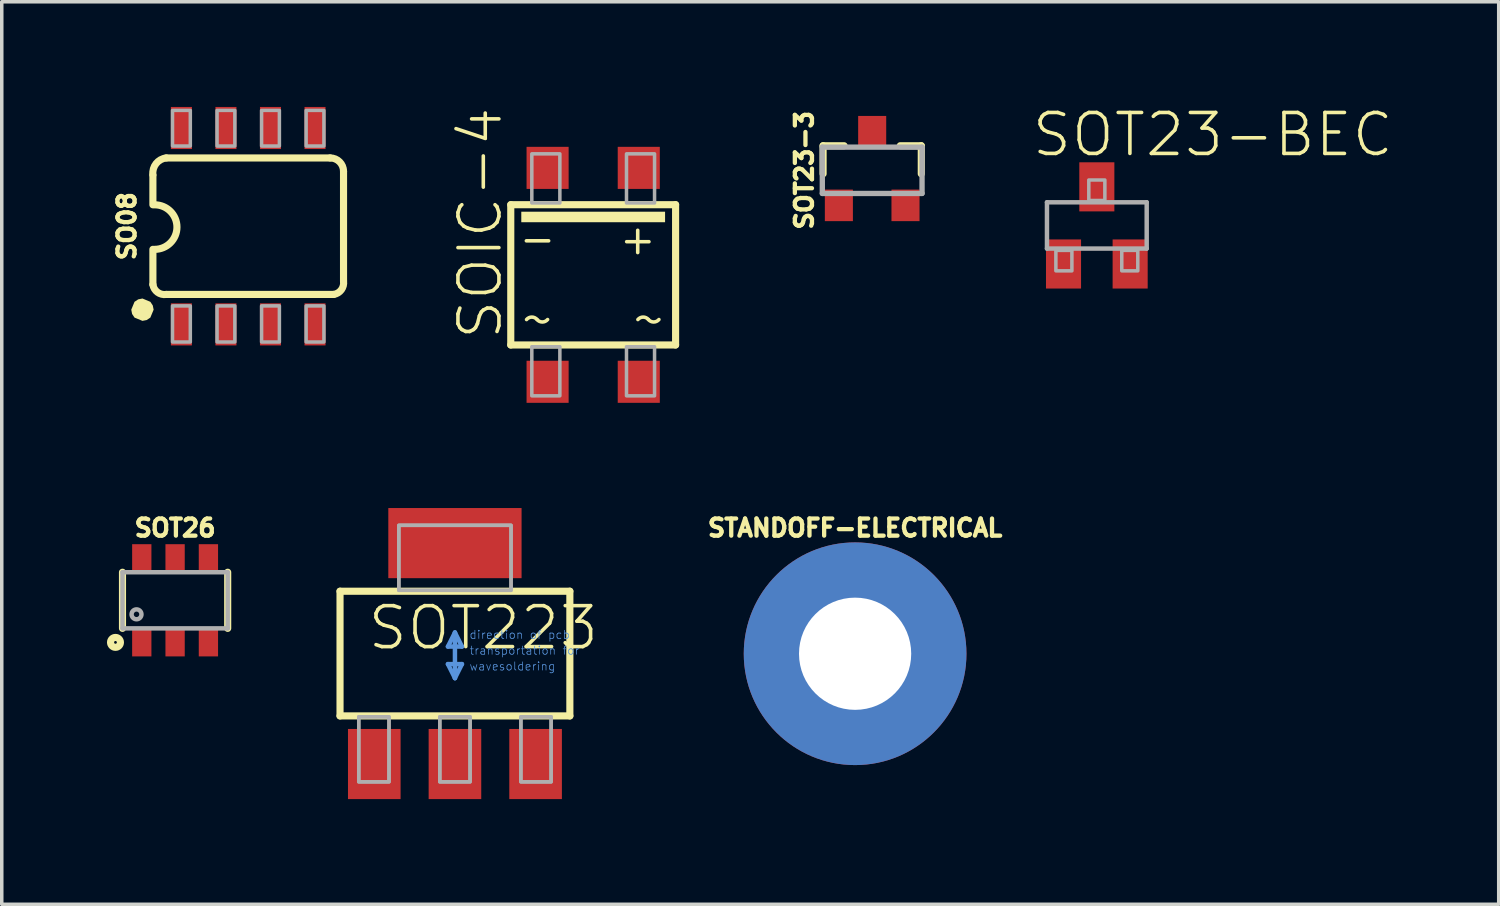
<source format=kicad_pcb>
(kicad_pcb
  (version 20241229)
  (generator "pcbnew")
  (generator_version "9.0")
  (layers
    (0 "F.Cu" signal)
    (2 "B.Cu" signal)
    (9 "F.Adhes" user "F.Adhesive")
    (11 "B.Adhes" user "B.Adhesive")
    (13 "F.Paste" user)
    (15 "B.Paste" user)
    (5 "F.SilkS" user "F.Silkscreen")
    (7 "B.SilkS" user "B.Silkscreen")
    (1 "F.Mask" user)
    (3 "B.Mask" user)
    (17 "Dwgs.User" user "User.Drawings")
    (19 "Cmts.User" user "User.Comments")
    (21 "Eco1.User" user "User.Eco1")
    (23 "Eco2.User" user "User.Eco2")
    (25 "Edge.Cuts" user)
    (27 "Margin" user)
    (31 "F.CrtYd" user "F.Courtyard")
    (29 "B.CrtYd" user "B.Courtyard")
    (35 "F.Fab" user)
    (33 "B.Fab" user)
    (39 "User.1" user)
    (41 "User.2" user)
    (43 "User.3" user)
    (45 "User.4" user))
  (footprint "SOT23-3"
    (layer "F.Cu")
    (at 21.821 1.806)
    (property "Reference" "SOT23-3" (at -1.651 0 90) (layer "F.SilkS") (effects (font (size 0.488 0.488) (thickness 0.122)) (justify bottom)))
    (attr smd)
    (fp_line (start -1.4 -0.7) (end -1.4 0.1) (stroke (width 0.203) (type solid)) (layer "F.SilkS"))
    (fp_line (start -0.8 -0.7) (end -1.4 -0.7) (stroke (width 0.203) (type solid)) (layer "F.SilkS"))
    (fp_line (start 0.8 -0.7) (end 1.4 -0.7) (stroke (width 0.203) (type solid)) (layer "F.SilkS"))
    (fp_line (start 1.4 -0.7) (end 1.4 0.1) (stroke (width 0.203) (type solid)) (layer "F.SilkS"))
    (fp_line (start -1.422 -0.66) (end 1.422 -0.66) (stroke (width 0.152) (type solid)) (layer "F.Fab"))
    (fp_line (start -1.422 0.66) (end -1.422 -0.66) (stroke (width 0.152) (type solid)) (layer "F.Fab"))
    (fp_line (start 1.422 -0.66) (end 1.422 0.66) (stroke (width 0.152) (type solid)) (layer "F.Fab"))
    (fp_line (start 1.422 0.66) (end -1.422 0.66) (stroke (width 0.152) (type solid)) (layer "F.Fab"))
    (pad "1" smd rect (at -0.95 1) (size 0.8 0.9) (layers "F.Cu" "F.Mask" "F.Paste"))
    (pad "2" smd rect (at 0.95 1) (size 0.8 0.9) (layers "F.Cu" "F.Mask" "F.Paste"))
    (pad "3" smd rect (at 0 -1.1) (size 0.8 0.9) (layers "F.Cu" "F.Mask" "F.Paste")))
  (footprint "SOIC-4"
    (layer "F.Cu")
    (at 13.865 4.787)
    (property "Reference" "SOIC-4" (at -2.54 1.905 90) (layer "F.SilkS") (effects (font (size 1.168 1.168) (thickness 0.102)) (justify left bottom)))
    (attr smd)
    (fp_line (start -2.35 -2) (end 2.35 -2) (stroke (width 0.203) (type solid)) (layer "F.SilkS"))
    (fp_line (start -2.35 2) (end -2.35 -2) (stroke (width 0.203) (type solid)) (layer "F.SilkS"))
    (fp_line (start -1.905 -0.97) (end -1.27 -0.97) (stroke (width 0.102) (type solid)) (layer "F.SilkS"))
    (fp_line (start 0.955 -0.945) (end 1.59 -0.945) (stroke (width 0.102) (type solid)) (layer "F.SilkS"))
    (fp_line (start 1.27 -1.27) (end 1.27 -0.635) (stroke (width 0.102) (type solid)) (layer "F.SilkS"))
    (fp_line (start 2.35 -2) (end 2.35 2) (stroke (width 0.203) (type solid)) (layer "F.SilkS"))
    (fp_line (start 2.35 2) (end -2.35 2) (stroke (width 0.203) (type solid)) (layer "F.SilkS"))
    (fp_arc (start -1.9 1.275) (mid -1.75 1.205102) (end -1.6 1.275) (stroke (width 0.1016) (type solid)) (layer "F.SilkS"))
    (fp_arc (start -1.3 1.275) (mid -1.450001 1.344898) (end -1.600001 1.274999) (stroke (width 0.1016) (type solid)) (layer "F.SilkS"))
    (fp_arc (start 1.275 1.275) (mid 1.425 1.205102) (end 1.575 1.275) (stroke (width 0.1016) (type solid)) (layer "F.SilkS"))
    (fp_arc (start 1.875 1.275) (mid 1.724999 1.344898) (end 1.574999 1.274999) (stroke (width 0.1016) (type solid)) (layer "F.SilkS"))
    (fp_poly (pts (xy -2.05 -1.5) (xy 2.05 -1.5) (xy 2.05 -1.8) (xy -2.05 -1.8)) (stroke (width 0) (type default)) (fill yes) (layer "F.SilkS"))
    (fp_poly (pts (xy -1.75 -2.05) (xy -0.95 -2.05) (xy -0.95 -3.45) (xy -1.75 -3.45)) (stroke (width 0.1) (type default)) (fill no) (layer "F.Fab"))
    (fp_poly (pts (xy -0.95 2.05) (xy -1.75 2.05) (xy -1.75 3.45) (xy -0.95 3.45)) (stroke (width 0.1) (type default)) (fill no) (layer "F.Fab"))
    (fp_poly (pts (xy 0.95 -2.05) (xy 1.75 -2.05) (xy 1.75 -3.45) (xy 0.95 -3.45)) (stroke (width 0.1) (type default)) (fill no) (layer "F.Fab"))
    (fp_poly (pts (xy 1.75 2.05) (xy 0.95 2.05) (xy 0.95 3.45) (xy 1.75 3.45)) (stroke (width 0.1) (type default)) (fill no) (layer "F.Fab"))
    (pad "+" smd rect (at 1.3 -3.05) (size 1.2 1.2) (layers "F.Cu" "F.Mask" "F.Paste"))
    (pad "-" smd rect (at -1.3 -3.05) (size 1.2 1.2) (layers "F.Cu" "F.Mask" "F.Paste"))
    (pad "~1" smd rect (at -1.3 3.05 180) (size 1.2 1.2) (layers "F.Cu" "F.Mask" "F.Paste"))
    (pad "~2" smd rect (at 1.3 3.05 180) (size 1.2 1.2) (layers "F.Cu" "F.Mask" "F.Paste")))
  (footprint "SOT26"
    (layer "F.Cu")
    (at 1.943 14.068)
    (property "Reference" "SOT26" (at 0 -1.778 0) (layer "F.SilkS") (effects (font (size 0.488 0.488) (thickness 0.122)) (justify bottom)))
    (attr smd)
    (fp_line (start -1.5 -0.8) (end -1.5 0.8) (stroke (width 0.203) (type solid)) (layer "F.SilkS"))
    (fp_line (start 1.5 -0.8) (end 1.5 0.8) (stroke (width 0.203) (type solid)) (layer "F.SilkS"))
    (fp_circle (center -1.7 1.2) (end -1.559 1.2) (stroke (width 0.203) (type solid)) (fill no) (layer "F.SilkS"))
    (fp_line (start -1.5 -0.8) (end -1.5 0.8) (stroke (width 0.127) (type solid)) (layer "F.Fab"))
    (fp_line (start -1.5 0.8) (end 1.5 0.8) (stroke (width 0.127) (type solid)) (layer "F.Fab"))
    (fp_line (start 1.5 -0.8) (end -1.5 -0.8) (stroke (width 0.127) (type solid)) (layer "F.Fab"))
    (fp_line (start 1.5 0.8) (end 1.5 -0.8) (stroke (width 0.127) (type solid)) (layer "F.Fab"))
    (fp_circle (center -1.1 0.4) (end -0.959 0.4) (stroke (width 0.127) (type solid)) (fill no) (layer "F.Fab"))
    (pad "D1" smd rect (at -0.95 -1.2) (size 0.55 0.8) (layers "F.Cu" "F.Mask" "F.Paste"))
    (pad "D2" smd rect (at 0.95 -1.2) (size 0.55 0.8) (layers "F.Cu" "F.Mask" "F.Paste"))
    (pad "G1" smd rect (at -0.95 1.2) (size 0.55 0.8) (layers "F.Cu" "F.Mask" "F.Paste"))
    (pad "G2" smd rect (at 0.95 1.2) (size 0.55 0.8) (layers "F.Cu" "F.Mask" "F.Paste"))
    (pad "S1" smd rect (at 0 -1.2 180) (size 0.55 0.8) (layers "F.Cu" "F.Mask" "F.Paste"))
    (pad "S2" smd rect (at 0 1.2) (size 0.55 0.8) (layers "F.Cu" "F.Mask" "F.Paste")))
  (footprint "SO08"
    (layer "F.Cu")
    (at 4.028 3.4)
    (property "Reference" "SO08" (at -3.175 0 90) (layer "F.SilkS") (effects (font (size 0.488 0.488) (thickness 0.122)) (justify bottom)))
    (attr smd)
    (fp_line (start -2.718 -1.453) (end -2.718 -0.61) (stroke (width 0.203) (type solid)) (layer "F.SilkS"))
    (fp_line (start -2.718 1.665) (end -2.718 0.66) (stroke (width 0.203) (type solid)) (layer "F.SilkS"))
    (fp_line (start -2.337 1.946) (end 2.437 1.946) (stroke (width 0.203) (type solid)) (layer "F.SilkS"))
    (fp_line (start 2.337 -1.946) (end -2.337 -1.946) (stroke (width 0.203) (type solid)) (layer "F.SilkS"))
    (fp_line (start 2.718 1.565) (end 2.718 -1.565) (stroke (width 0.203) (type solid)) (layer "F.SilkS"))
    (fp_arc (start -2.7178 -1.4653) (mid -2.626948 -1.784731) (end -2.3368 -1.9463) (stroke (width 0.2032) (type solid)) (layer "F.SilkS"))
    (fp_arc (start -2.667 -0.6096) (mid -2.032 0.0254) (end -2.667 0.6604) (stroke (width 0.2032) (type solid)) (layer "F.SilkS"))
    (fp_arc (start -2.336799 1.946301) (mid -2.58554 1.884767) (end -2.7178 1.6653) (stroke (width 0.2032) (type solid)) (layer "F.SilkS"))
    (fp_arc (start 2.3368 -1.9463) (mid 2.606237 -1.834736) (end 2.7178 -1.565298) (stroke (width 0.2032) (type solid)) (layer "F.SilkS"))
    (fp_arc (start 2.7178 1.5653) (mid 2.656208 1.813997) (end 2.4368 1.9463) (stroke (width 0.2032) (type solid)) (layer "F.SilkS"))
    (fp_poly (pts (xy -2.791 2.156) (xy -2.722 2.259) (xy -2.697 2.381) (xy -2.791 2.607) (xy -2.894 2.676) (xy -3.016 2.7) (xy -3.242 2.607) (xy -3.311 2.503) (xy -3.335 2.381) (xy -3.242 2.156) (xy -3.138 2.087) (xy -3.016 2.062)) (stroke (width 0) (type default)) (fill yes) (layer "F.SilkS"))
    (fp_poly (pts (xy -2.159 -2.286) (xy -1.651 -2.286) (xy -1.651 -3.302) (xy -2.159 -3.302)) (stroke (width 0.1) (type default)) (fill no) (layer "F.Fab"))
    (fp_poly (pts (xy -2.159 3.302) (xy -1.651 3.302) (xy -1.651 2.273) (xy -2.159 2.273)) (stroke (width 0.1) (type default)) (fill no) (layer "F.Fab"))
    (fp_poly (pts (xy -0.889 -2.286) (xy -0.381 -2.286) (xy -0.381 -3.302) (xy -0.889 -3.302)) (stroke (width 0.1) (type default)) (fill no) (layer "F.Fab"))
    (fp_poly (pts (xy -0.889 3.302) (xy -0.381 3.302) (xy -0.381 2.273) (xy -0.889 2.273)) (stroke (width 0.1) (type default)) (fill no) (layer "F.Fab"))
    (fp_poly (pts (xy 0.381 -2.286) (xy 0.889 -2.286) (xy 0.889 -3.302) (xy 0.381 -3.302)) (stroke (width 0.1) (type default)) (fill no) (layer "F.Fab"))
    (fp_poly (pts (xy 0.381 3.302) (xy 0.889 3.302) (xy 0.889 2.273) (xy 0.381 2.273)) (stroke (width 0.1) (type default)) (fill no) (layer "F.Fab"))
    (fp_poly (pts (xy 1.651 -2.286) (xy 2.159 -2.286) (xy 2.159 -3.302) (xy 1.651 -3.302)) (stroke (width 0.1) (type default)) (fill no) (layer "F.Fab"))
    (fp_poly (pts (xy 1.651 3.302) (xy 2.159 3.302) (xy 2.159 2.273) (xy 1.651 2.273)) (stroke (width 0.1) (type default)) (fill no) (layer "F.Fab"))
    (pad "1" smd rect (at -1.905 2.8) (size 0.6 1.2) (layers "F.Cu" "F.Mask" "F.Paste"))
    (pad "2" smd rect (at -0.635 2.8) (size 0.6 1.2) (layers "F.Cu" "F.Mask" "F.Paste"))
    (pad "3" smd rect (at 0.635 2.8) (size 0.6 1.2) (layers "F.Cu" "F.Mask" "F.Paste"))
    (pad "4" smd rect (at 1.905 2.8) (size 0.6 1.2) (layers "F.Cu" "F.Mask" "F.Paste"))
    (pad "5" smd rect (at 1.905 -2.8) (size 0.6 1.2) (layers "F.Cu" "F.Mask" "F.Paste"))
    (pad "6" smd rect (at 0.635 -2.8) (size 0.6 1.2) (layers "F.Cu" "F.Mask" "F.Paste"))
    (pad "7" smd rect (at -0.635 -2.8) (size 0.6 1.2) (layers "F.Cu" "F.Mask" "F.Paste"))
    (pad "8" smd rect (at -1.905 -2.8) (size 0.6 1.2) (layers "F.Cu" "F.Mask" "F.Paste")))
  (footprint "SOT223"
    (layer "F.Cu")
    (at 9.923 15.587)
    (property "Reference" "SOT223" (at -2.54 -0.051 0) (layer "F.SilkS") (effects (font (size 1.168 1.168) (thickness 0.102)) (justify left bottom)))
    (attr smd)
    (fp_line (start -3.277 -1.778) (end 3.277 -1.778) (stroke (width 0.203) (type solid)) (layer "F.SilkS"))
    (fp_line (start -3.277 1.778) (end -3.277 -1.778) (stroke (width 0.203) (type solid)) (layer "F.SilkS"))
    (fp_line (start 3.277 -1.778) (end 3.277 1.778) (stroke (width 0.203) (type solid)) (layer "F.SilkS"))
    (fp_line (start 3.277 1.778) (end -3.277 1.778) (stroke (width 0.203) (type solid)) (layer "F.SilkS"))
    (fp_line (start -0.2 -0.2) (end 0.2 -0.2) (stroke (width 0.127) (type solid)) (layer "Cmts.User"))
    (fp_line (start -0.2 0.3) (end 0 0.7) (stroke (width 0.127) (type solid)) (layer "Cmts.User"))
    (fp_line (start 0 -0.6) (end -0.2 -0.2) (stroke (width 0.127) (type solid)) (layer "Cmts.User"))
    (fp_line (start 0 0.7) (end 0 -0.6) (stroke (width 0.127) (type solid)) (layer "Cmts.User"))
    (fp_line (start 0 0.7) (end 0.2 0.3) (stroke (width 0.127) (type solid)) (layer "Cmts.User"))
    (fp_line (start 0.2 -0.2) (end 0 -0.6) (stroke (width 0.127) (type solid)) (layer "Cmts.User"))
    (fp_line (start 0.2 0.3) (end -0.2 0.3) (stroke (width 0.127) (type solid)) (layer "Cmts.User"))
    (fp_poly (pts (xy -2.743 1.803) (xy -2.743 3.658) (xy -1.88 3.658) (xy -1.88 1.803)) (stroke (width 0.1) (type default)) (fill no) (layer "F.Fab"))
    (fp_poly (pts (xy -2.743 1.803) (xy -2.743 3.658) (xy -1.88 3.658) (xy -1.88 1.803)) (stroke (width 0.1) (type default)) (fill no) (layer "F.Fab"))
    (fp_poly (pts (xy -1.6 -3.658) (xy -1.6 -1.803) (xy 1.6 -1.803) (xy 1.6 -3.658)) (stroke (width 0.1) (type default)) (fill no) (layer "F.Fab"))
    (fp_poly (pts (xy -1.6 -3.658) (xy -1.6 -1.803) (xy 1.6 -1.803) (xy 1.6 -3.658)) (stroke (width 0.1) (type default)) (fill no) (layer "F.Fab"))
    (fp_poly (pts (xy -0.432 1.803) (xy -0.432 3.658) (xy 0.432 3.658) (xy 0.432 1.803)) (stroke (width 0.1) (type default)) (fill no) (layer "F.Fab"))
    (fp_poly (pts (xy -0.432 1.803) (xy -0.432 3.658) (xy 0.432 3.658) (xy 0.432 1.803)) (stroke (width 0.1) (type default)) (fill no) (layer "F.Fab"))
    (fp_poly (pts (xy 1.88 1.803) (xy 1.88 3.658) (xy 2.743 3.658) (xy 2.743 1.803)) (stroke (width 0.1) (type default)) (fill no) (layer "F.Fab"))
    (fp_poly (pts (xy 1.88 1.803) (xy 1.88 3.658) (xy 2.743 3.658) (xy 2.743 1.803)) (stroke (width 0.1) (type default)) (fill no) (layer "F.Fab"))
    (fp_text user "direction of pcb" (at 0.4 -0.4 0) (layer "Cmts.User") (effects (font (size 0.234 0.234) (thickness 0.02)) (justify left bottom)))
    (fp_text user "transportation for" (at 0.4 0.05 0) (layer "Cmts.User") (effects (font (size 0.234 0.234) (thickness 0.02)) (justify left bottom)))
    (fp_text user "wavesoldering" (at 0.4 0.5 0) (layer "Cmts.User") (effects (font (size 0.234 0.234) (thickness 0.02)) (justify left bottom)))
    (pad "1" smd rect (at -2.3 3.15) (size 1.5 2) (layers "F.Cu" "F.Mask" "F.Paste"))
    (pad "2" smd rect (at 0 3.15) (size 1.5 2) (layers "F.Cu" "F.Mask" "F.Paste"))
    (pad "3" smd rect (at 2.3 3.15) (size 1.5 2) (layers "F.Cu" "F.Mask" "F.Paste"))
    (pad "4" smd rect (at 0 -3.15) (size 3.8 2) (layers "F.Cu" "F.Mask" "F.Paste")))
  (footprint "SOT23-BEC"
    (layer "F.Cu")
    (at 28.227 3.378)
    (property "Reference" "SOT23-BEC" (at -1.905 -1.905 0) (layer "F.SilkS") (effects (font (size 1.168 1.168) (thickness 0.102)) (justify left bottom)))
    (attr smd)
    (fp_line (start -1.422 -0.66) (end 1.422 -0.66) (stroke (width 0.127) (type solid)) (layer "F.Fab"))
    (fp_line (start -1.422 0.66) (end -1.422 -0.66) (stroke (width 0.127) (type solid)) (layer "F.Fab"))
    (fp_line (start 1.422 -0.66) (end 1.422 0.66) (stroke (width 0.127) (type solid)) (layer "F.Fab"))
    (fp_line (start 1.422 0.66) (end -1.422 0.66) (stroke (width 0.127) (type solid)) (layer "F.Fab"))
    (fp_poly (pts (xy -1.168 1.295) (xy -0.711 1.295) (xy -0.711 0.711) (xy -1.168 0.711)) (stroke (width 0.1) (type default)) (fill no) (layer "F.Fab"))
    (fp_poly (pts (xy -0.229 -0.711) (xy 0.229 -0.711) (xy 0.229 -1.295) (xy -0.229 -1.295)) (stroke (width 0.1) (type default)) (fill no) (layer "F.Fab"))
    (fp_poly (pts (xy 0.711 1.295) (xy 1.168 1.295) (xy 1.168 0.711) (xy 0.711 0.711)) (stroke (width 0.1) (type default)) (fill no) (layer "F.Fab"))
    (pad "B" smd rect (at -0.95 1.1) (size 1 1.4) (layers "F.Cu" "F.Mask" "F.Paste"))
    (pad "C" smd rect (at 0 -1.1) (size 1 1.4) (layers "F.Cu" "F.Mask" "F.Paste"))
    (pad "E" smd rect (at 0.95 1.1) (size 1 1.4) (layers "F.Cu" "F.Mask" "F.Paste")))
  (footprint "STANDOFF-ELECTRICAL"
    (layer "F.Cu")
    (at 21.334 15.592)
    (property "Reference" "STANDOFF-ELECTRICAL" (at 0 -3.302 0) (layer "F.SilkS") (effects (font (size 0.488 0.488) (thickness 0.122)) (justify bottom)))
    (attr through_hole)
    (pad "P1" thru_hole circle (at 0 0) (size 6.35 6.35) (drill 3.2) (layers "*.Cu" "*.Mask")))
  (gr_rect
    (start -3 -3)
    (end 39.687 22.737)
    (stroke (width 0.1) (type default))
    (fill no)
    (layer "Edge.Cuts")))
</source>
